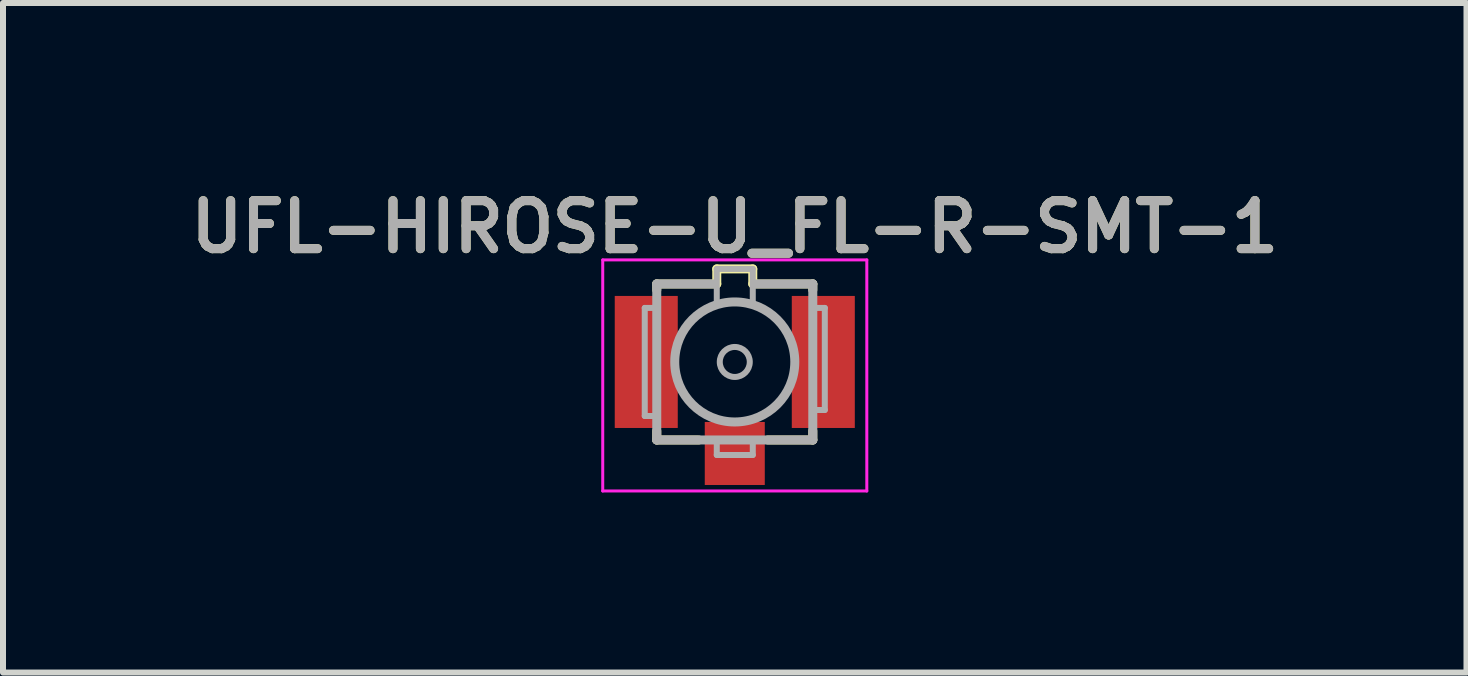
<source format=kicad_pcb>
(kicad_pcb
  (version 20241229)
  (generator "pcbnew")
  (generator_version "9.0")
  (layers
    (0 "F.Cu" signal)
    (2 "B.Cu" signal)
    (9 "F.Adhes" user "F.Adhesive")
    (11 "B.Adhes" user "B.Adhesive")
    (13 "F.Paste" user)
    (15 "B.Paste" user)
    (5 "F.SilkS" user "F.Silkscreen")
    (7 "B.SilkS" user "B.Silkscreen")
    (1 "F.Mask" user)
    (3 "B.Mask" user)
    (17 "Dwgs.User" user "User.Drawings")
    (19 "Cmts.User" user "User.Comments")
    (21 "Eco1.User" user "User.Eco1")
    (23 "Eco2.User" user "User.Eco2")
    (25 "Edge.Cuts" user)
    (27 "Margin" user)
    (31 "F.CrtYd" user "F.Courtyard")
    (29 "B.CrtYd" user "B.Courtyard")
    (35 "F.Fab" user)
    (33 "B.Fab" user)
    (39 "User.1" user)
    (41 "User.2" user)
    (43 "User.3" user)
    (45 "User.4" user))
  (footprint "UFL-HIROSE-U_FL-R-SMT-1"
    (layer "F.Cu")
    (at 9.193 2.981)
    (property "Reference" "UFL-HIROSE-U_FL-R-SMT-1" (at 0 -2.25 0) (layer "F.SilkS") (effects (font (size 0.8 0.8) (thickness 0.15))))
    (attr smd)
    (fp_line (start -1.3 -1.3) (end -1.3 -1.2) (stroke (width 0.15) (type solid)) (layer "F.SilkS"))
    (fp_line (start -1.3 -1.3) (end -0.3 -1.3) (stroke (width 0.15) (type solid)) (layer "F.SilkS"))
    (fp_line (start -1.3 1.15) (end -1.3 1.3) (stroke (width 0.15) (type solid)) (layer "F.SilkS"))
    (fp_line (start -1.3 1.3) (end -0.6 1.3) (stroke (width 0.15) (type solid)) (layer "F.SilkS"))
    (fp_line (start -0.3 -1.55) (end 0.3 -1.55) (stroke (width 0.15) (type solid)) (layer "F.SilkS"))
    (fp_line (start -0.3 -1.3) (end -0.3 -1.55) (stroke (width 0.15) (type solid)) (layer "F.SilkS"))
    (fp_line (start 0.3 -1.55) (end 0.3 -1.3) (stroke (width 0.15) (type solid)) (layer "F.SilkS"))
    (fp_line (start 0.3 -1.3) (end 1.3 -1.3) (stroke (width 0.15) (type solid)) (layer "F.SilkS"))
    (fp_line (start 0.55 1.3) (end 1.3 1.3) (stroke (width 0.15) (type solid)) (layer "F.SilkS"))
    (fp_line (start 1.3 -1.3) (end 1.3 -1.2) (stroke (width 0.15) (type solid)) (layer "F.SilkS"))
    (fp_line (start 1.3 1.3) (end 1.3 1.15) (stroke (width 0.15) (type solid)) (layer "F.SilkS"))
    (fp_line (start -2.2 -1.7) (end 2.2 -1.7) (stroke (width 0.05) (type solid)) (layer "F.CrtYd"))
    (fp_line (start -2.2 2.15) (end -2.2 -1.7) (stroke (width 0.05) (type solid)) (layer "F.CrtYd"))
    (fp_line (start 2.2 -1.7) (end 2.2 2.15) (stroke (width 0.05) (type solid)) (layer "F.CrtYd"))
    (fp_line (start 2.2 2.15) (end -2.2 2.15) (stroke (width 0.05) (type solid)) (layer "F.CrtYd"))
    (fp_line (start -1.5 -0.9) (end -1.5 0.9) (stroke (width 0.1) (type solid)) (layer "F.Fab"))
    (fp_line (start -1.5 0.9) (end -1.3 0.9) (stroke (width 0.1) (type solid)) (layer "F.Fab"))
    (fp_line (start -1.3 -1.3) (end -0.35 -1.3) (stroke (width 0.15) (type solid)) (layer "F.Fab"))
    (fp_line (start -1.3 -0.9) (end -1.5 -0.9) (stroke (width 0.1) (type solid)) (layer "F.Fab"))
    (fp_line (start -1.3 1.3) (end -1.3 -1.3) (stroke (width 0.15) (type solid)) (layer "F.Fab"))
    (fp_line (start -0.3 -1.55) (end -0.3 -0.95) (stroke (width 0.1) (type solid)) (layer "F.Fab"))
    (fp_line (start -0.3 -1.55) (end 0.3 -1.55) (stroke (width 0.1) (type solid)) (layer "F.Fab"))
    (fp_line (start -0.3 1.3) (end -0.3 1.55) (stroke (width 0.1) (type solid)) (layer "F.Fab"))
    (fp_line (start -0.3 1.55) (end 0.3 1.55) (stroke (width 0.1) (type solid)) (layer "F.Fab"))
    (fp_line (start 0.3 -1.55) (end 0.3 -0.95) (stroke (width 0.1) (type solid)) (layer "F.Fab"))
    (fp_line (start 0.3 1.55) (end 0.3 1.3) (stroke (width 0.1) (type solid)) (layer "F.Fab"))
    (fp_line (start 0.35 -1.3) (end 1.3 -1.3) (stroke (width 0.15) (type solid)) (layer "F.Fab"))
    (fp_line (start 1.3 -1.3) (end 1.3 1.3) (stroke (width 0.15) (type solid)) (layer "F.Fab"))
    (fp_line (start 1.3 -0.9) (end 1.5 -0.9) (stroke (width 0.1) (type solid)) (layer "F.Fab"))
    (fp_line (start 1.3 1.3) (end -1.3 1.3) (stroke (width 0.15) (type solid)) (layer "F.Fab"))
    (fp_line (start 1.5 -0.9) (end 1.5 0.8) (stroke (width 0.1) (type solid)) (layer "F.Fab"))
    (fp_line (start 1.5 0.8) (end 1.3 0.8) (stroke (width 0.1) (type solid)) (layer "F.Fab"))
    (fp_circle (center 0 0) (end 0.25 0) (stroke (width 0.1) (type solid)) (fill no) (layer "F.Fab"))
    (fp_circle (center 0 0) (end 1 0) (stroke (width 0.15) (type solid)) (fill no) (layer "F.Fab"))
    (fp_text user "${REFERENCE}" (at 0 -2.25 0) (layer "F.Fab") (effects (font (size 0.8 0.8) (thickness 0.15))))
    (pad "1" smd rect (at 0 1.525) (size 1 1.05) (layers "F.Cu" "F.Mask" "F.Paste"))
    (pad "2" smd rect (at -1.475 0) (size 1.05 2.2) (layers "F.Cu" "F.Mask" "F.Paste"))
    (pad "2" smd rect (at 1.475 0) (size 1.05 2.2) (layers "F.Cu" "F.Mask" "F.Paste")))
  (gr_rect
    (start -3 -3)
    (end 21.385 8.156)
    (stroke (width 0.1) (type default))
    (fill no)
    (layer "Edge.Cuts")))
</source>
